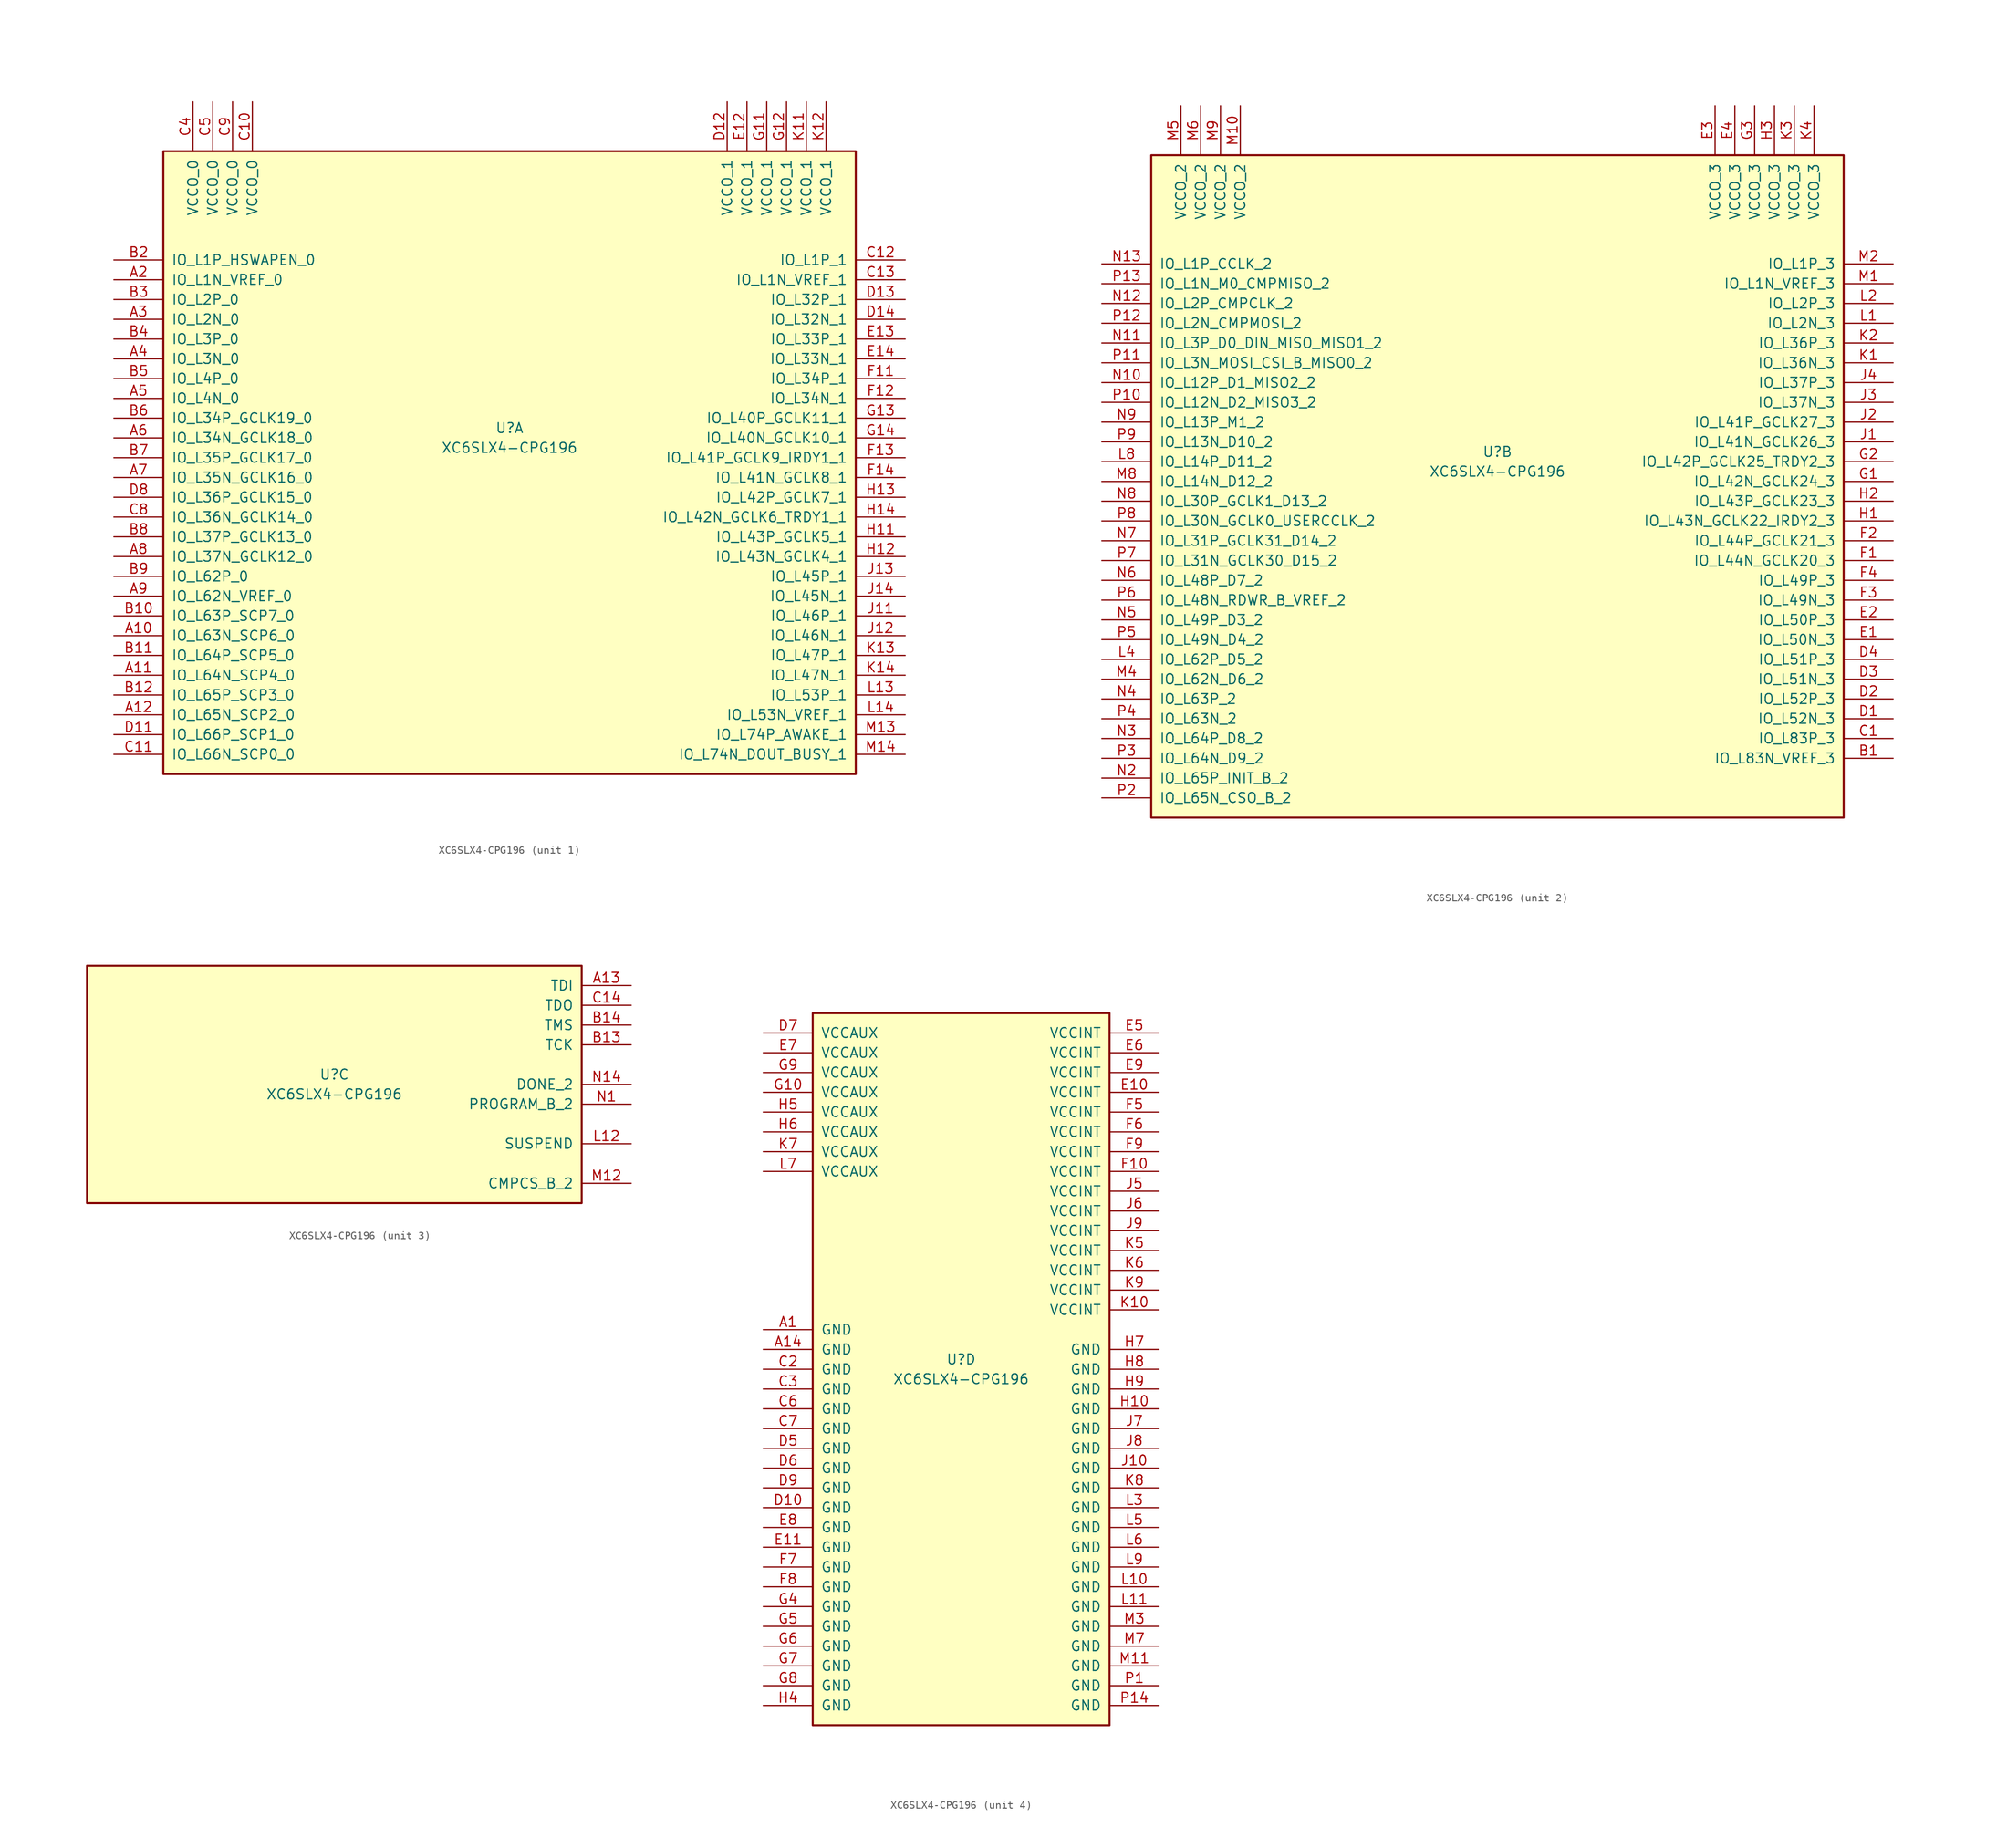
<source format=kicad_sym>
(kicad_symbol_lib
  (version 20201005)
  (generator kicad_symbol_editor)
  (symbol "XC6SLX4-CPG196"
    (pin_names
      (offset 1.016))
    (property "Reference" "U"
      (at 0 1.27 0)
      (effects (font (size 1.27 1.27))))
    (property "Value" "XC6SLX4-CPG196"
      (at 0 -1.27 0)
      (effects (font (size 1.27 1.27))))
    (property "Datasheet" ""
      (at 0 0 0)
      (effects (font (size 1.27 1.27))))
    (property "ki_locked" ""
      (at 0 0 0)
      (effects (font (size 1.27 1.27))))
    (symbol "XC6SLX4-CPG196_1_1"
      (rectangle (start -44.45 36.83) (end 44.45 -43.18) (stroke (width 0.254)) (fill (type background)))
      (pin bidirectional line (at -50.8 -25.4 0) (length 6.35) (name "IO_L63N_SCP6_0" (effects (font (size 1.27 1.27)))) (number "A10" (effects (font (size 1.27 1.27)))))
      (pin bidirectional line (at -50.8 -30.48 0) (length 6.35) (name "IO_L64N_SCP4_0" (effects (font (size 1.27 1.27)))) (number "A11" (effects (font (size 1.27 1.27)))))
      (pin bidirectional line (at -50.8 -35.56 0) (length 6.35) (name "IO_L65N_SCP2_0" (effects (font (size 1.27 1.27)))) (number "A12" (effects (font (size 1.27 1.27)))))
      (pin bidirectional line (at -50.8 20.32 0) (length 6.35) (name "IO_L1N_VREF_0" (effects (font (size 1.27 1.27)))) (number "A2" (effects (font (size 1.27 1.27)))))
      (pin bidirectional line (at -50.8 15.24 0) (length 6.35) (name "IO_L2N_0" (effects (font (size 1.27 1.27)))) (number "A3" (effects (font (size 1.27 1.27)))))
      (pin bidirectional line (at -50.8 10.16 0) (length 6.35) (name "IO_L3N_0" (effects (font (size 1.27 1.27)))) (number "A4" (effects (font (size 1.27 1.27)))))
      (pin bidirectional line (at -50.8 5.08 0) (length 6.35) (name "IO_L4N_0" (effects (font (size 1.27 1.27)))) (number "A5" (effects (font (size 1.27 1.27)))))
      (pin bidirectional line (at -50.8 0 0) (length 6.35) (name "IO_L34N_GCLK18_0" (effects (font (size 1.27 1.27)))) (number "A6" (effects (font (size 1.27 1.27)))))
      (pin bidirectional line (at -50.8 -5.08 0) (length 6.35) (name "IO_L35N_GCLK16_0" (effects (font (size 1.27 1.27)))) (number "A7" (effects (font (size 1.27 1.27)))))
      (pin bidirectional line (at -50.8 -15.24 0) (length 6.35) (name "IO_L37N_GCLK12_0" (effects (font (size 1.27 1.27)))) (number "A8" (effects (font (size 1.27 1.27)))))
      (pin bidirectional line (at -50.8 -20.32 0) (length 6.35) (name "IO_L62N_VREF_0" (effects (font (size 1.27 1.27)))) (number "A9" (effects (font (size 1.27 1.27)))))
      (pin bidirectional line (at -50.8 -22.86 0) (length 6.35) (name "IO_L63P_SCP7_0" (effects (font (size 1.27 1.27)))) (number "B10" (effects (font (size 1.27 1.27)))))
      (pin bidirectional line (at -50.8 -27.94 0) (length 6.35) (name "IO_L64P_SCP5_0" (effects (font (size 1.27 1.27)))) (number "B11" (effects (font (size 1.27 1.27)))))
      (pin bidirectional line (at -50.8 -33.02 0) (length 6.35) (name "IO_L65P_SCP3_0" (effects (font (size 1.27 1.27)))) (number "B12" (effects (font (size 1.27 1.27)))))
      (pin bidirectional line (at -50.8 22.86 0) (length 6.35) (name "IO_L1P_HSWAPEN_0" (effects (font (size 1.27 1.27)))) (number "B2" (effects (font (size 1.27 1.27)))))
      (pin bidirectional line (at -50.8 17.78 0) (length 6.35) (name "IO_L2P_0" (effects (font (size 1.27 1.27)))) (number "B3" (effects (font (size 1.27 1.27)))))
      (pin bidirectional line (at -50.8 12.7 0) (length 6.35) (name "IO_L3P_0" (effects (font (size 1.27 1.27)))) (number "B4" (effects (font (size 1.27 1.27)))))
      (pin bidirectional line (at -50.8 7.62 0) (length 6.35) (name "IO_L4P_0" (effects (font (size 1.27 1.27)))) (number "B5" (effects (font (size 1.27 1.27)))))
      (pin bidirectional line (at -50.8 2.54 0) (length 6.35) (name "IO_L34P_GCLK19_0" (effects (font (size 1.27 1.27)))) (number "B6" (effects (font (size 1.27 1.27)))))
      (pin bidirectional line (at -50.8 -2.54 0) (length 6.35) (name "IO_L35P_GCLK17_0" (effects (font (size 1.27 1.27)))) (number "B7" (effects (font (size 1.27 1.27)))))
      (pin bidirectional line (at -50.8 -12.7 0) (length 6.35) (name "IO_L37P_GCLK13_0" (effects (font (size 1.27 1.27)))) (number "B8" (effects (font (size 1.27 1.27)))))
      (pin bidirectional line (at -50.8 -17.78 0) (length 6.35) (name "IO_L62P_0" (effects (font (size 1.27 1.27)))) (number "B9" (effects (font (size 1.27 1.27)))))
      (pin power_in line (at -33.02 43.18 270) (length 6.35) (name "VCCO_0" (effects (font (size 1.27 1.27)))) (number "C10" (effects (font (size 1.27 1.27)))))
      (pin bidirectional line (at -50.8 -40.64 0) (length 6.35) (name "IO_L66N_SCP0_0" (effects (font (size 1.27 1.27)))) (number "C11" (effects (font (size 1.27 1.27)))))
      (pin bidirectional line (at 50.8 22.86 180) (length 6.35) (name "IO_L1P_1" (effects (font (size 1.27 1.27)))) (number "C12" (effects (font (size 1.27 1.27)))))
      (pin bidirectional line (at 50.8 20.32 180) (length 6.35) (name "IO_L1N_VREF_1" (effects (font (size 1.27 1.27)))) (number "C13" (effects (font (size 1.27 1.27)))))
      (pin power_in line (at -40.64 43.18 270) (length 6.35) (name "VCCO_0" (effects (font (size 1.27 1.27)))) (number "C4" (effects (font (size 1.27 1.27)))))
      (pin power_in line (at -38.1 43.18 270) (length 6.35) (name "VCCO_0" (effects (font (size 1.27 1.27)))) (number "C5" (effects (font (size 1.27 1.27)))))
      (pin bidirectional line (at -50.8 -10.16 0) (length 6.35) (name "IO_L36N_GCLK14_0" (effects (font (size 1.27 1.27)))) (number "C8" (effects (font (size 1.27 1.27)))))
      (pin power_in line (at -35.56 43.18 270) (length 6.35) (name "VCCO_0" (effects (font (size 1.27 1.27)))) (number "C9" (effects (font (size 1.27 1.27)))))
      (pin bidirectional line (at -50.8 -38.1 0) (length 6.35) (name "IO_L66P_SCP1_0" (effects (font (size 1.27 1.27)))) (number "D11" (effects (font (size 1.27 1.27)))))
      (pin power_in line (at 27.94 43.18 270) (length 6.35) (name "VCCO_1" (effects (font (size 1.27 1.27)))) (number "D12" (effects (font (size 1.27 1.27)))))
      (pin bidirectional line (at 50.8 17.78 180) (length 6.35) (name "IO_L32P_1" (effects (font (size 1.27 1.27)))) (number "D13" (effects (font (size 1.27 1.27)))))
      (pin bidirectional line (at 50.8 15.24 180) (length 6.35) (name "IO_L32N_1" (effects (font (size 1.27 1.27)))) (number "D14" (effects (font (size 1.27 1.27)))))
      (pin bidirectional line (at -50.8 -7.62 0) (length 6.35) (name "IO_L36P_GCLK15_0" (effects (font (size 1.27 1.27)))) (number "D8" (effects (font (size 1.27 1.27)))))
      (pin power_in line (at 30.48 43.18 270) (length 6.35) (name "VCCO_1" (effects (font (size 1.27 1.27)))) (number "E12" (effects (font (size 1.27 1.27)))))
      (pin bidirectional line (at 50.8 12.7 180) (length 6.35) (name "IO_L33P_1" (effects (font (size 1.27 1.27)))) (number "E13" (effects (font (size 1.27 1.27)))))
      (pin bidirectional line (at 50.8 10.16 180) (length 6.35) (name "IO_L33N_1" (effects (font (size 1.27 1.27)))) (number "E14" (effects (font (size 1.27 1.27)))))
      (pin bidirectional line (at 50.8 7.62 180) (length 6.35) (name "IO_L34P_1" (effects (font (size 1.27 1.27)))) (number "F11" (effects (font (size 1.27 1.27)))))
      (pin bidirectional line (at 50.8 5.08 180) (length 6.35) (name "IO_L34N_1" (effects (font (size 1.27 1.27)))) (number "F12" (effects (font (size 1.27 1.27)))))
      (pin bidirectional line (at 50.8 -2.54 180) (length 6.35) (name "IO_L41P_GCLK9_IRDY1_1" (effects (font (size 1.27 1.27)))) (number "F13" (effects (font (size 1.27 1.27)))))
      (pin bidirectional line (at 50.8 -5.08 180) (length 6.35) (name "IO_L41N_GCLK8_1" (effects (font (size 1.27 1.27)))) (number "F14" (effects (font (size 1.27 1.27)))))
      (pin power_in line (at 33.02 43.18 270) (length 6.35) (name "VCCO_1" (effects (font (size 1.27 1.27)))) (number "G11" (effects (font (size 1.27 1.27)))))
      (pin power_in line (at 35.56 43.18 270) (length 6.35) (name "VCCO_1" (effects (font (size 1.27 1.27)))) (number "G12" (effects (font (size 1.27 1.27)))))
      (pin bidirectional line (at 50.8 2.54 180) (length 6.35) (name "IO_L40P_GCLK11_1" (effects (font (size 1.27 1.27)))) (number "G13" (effects (font (size 1.27 1.27)))))
      (pin bidirectional line (at 50.8 0 180) (length 6.35) (name "IO_L40N_GCLK10_1" (effects (font (size 1.27 1.27)))) (number "G14" (effects (font (size 1.27 1.27)))))
      (pin bidirectional line (at 50.8 -12.7 180) (length 6.35) (name "IO_L43P_GCLK5_1" (effects (font (size 1.27 1.27)))) (number "H11" (effects (font (size 1.27 1.27)))))
      (pin bidirectional line (at 50.8 -15.24 180) (length 6.35) (name "IO_L43N_GCLK4_1" (effects (font (size 1.27 1.27)))) (number "H12" (effects (font (size 1.27 1.27)))))
      (pin bidirectional line (at 50.8 -7.62 180) (length 6.35) (name "IO_L42P_GCLK7_1" (effects (font (size 1.27 1.27)))) (number "H13" (effects (font (size 1.27 1.27)))))
      (pin bidirectional line (at 50.8 -10.16 180) (length 6.35) (name "IO_L42N_GCLK6_TRDY1_1" (effects (font (size 1.27 1.27)))) (number "H14" (effects (font (size 1.27 1.27)))))
      (pin bidirectional line (at 50.8 -22.86 180) (length 6.35) (name "IO_L46P_1" (effects (font (size 1.27 1.27)))) (number "J11" (effects (font (size 1.27 1.27)))))
      (pin bidirectional line (at 50.8 -25.4 180) (length 6.35) (name "IO_L46N_1" (effects (font (size 1.27 1.27)))) (number "J12" (effects (font (size 1.27 1.27)))))
      (pin bidirectional line (at 50.8 -17.78 180) (length 6.35) (name "IO_L45P_1" (effects (font (size 1.27 1.27)))) (number "J13" (effects (font (size 1.27 1.27)))))
      (pin bidirectional line (at 50.8 -20.32 180) (length 6.35) (name "IO_L45N_1" (effects (font (size 1.27 1.27)))) (number "J14" (effects (font (size 1.27 1.27)))))
      (pin power_in line (at 38.1 43.18 270) (length 6.35) (name "VCCO_1" (effects (font (size 1.27 1.27)))) (number "K11" (effects (font (size 1.27 1.27)))))
      (pin power_in line (at 40.64 43.18 270) (length 6.35) (name "VCCO_1" (effects (font (size 1.27 1.27)))) (number "K12" (effects (font (size 1.27 1.27)))))
      (pin bidirectional line (at 50.8 -27.94 180) (length 6.35) (name "IO_L47P_1" (effects (font (size 1.27 1.27)))) (number "K13" (effects (font (size 1.27 1.27)))))
      (pin bidirectional line (at 50.8 -30.48 180) (length 6.35) (name "IO_L47N_1" (effects (font (size 1.27 1.27)))) (number "K14" (effects (font (size 1.27 1.27)))))
      (pin bidirectional line (at 50.8 -33.02 180) (length 6.35) (name "IO_L53P_1" (effects (font (size 1.27 1.27)))) (number "L13" (effects (font (size 1.27 1.27)))))
      (pin bidirectional line (at 50.8 -35.56 180) (length 6.35) (name "IO_L53N_VREF_1" (effects (font (size 1.27 1.27)))) (number "L14" (effects (font (size 1.27 1.27)))))
      (pin bidirectional line (at 50.8 -38.1 180) (length 6.35) (name "IO_L74P_AWAKE_1" (effects (font (size 1.27 1.27)))) (number "M13" (effects (font (size 1.27 1.27)))))
      (pin bidirectional line (at 50.8 -40.64 180) (length 6.35) (name "IO_L74N_DOUT_BUSY_1" (effects (font (size 1.27 1.27)))) (number "M14" (effects (font (size 1.27 1.27))))))
    (symbol "XC6SLX4-CPG196_2_1"
      (rectangle (start -44.45 39.37) (end 44.45 -45.72) (stroke (width 0.254)) (fill (type background)))
      (pin bidirectional line (at 50.8 -38.1 180) (length 6.35) (name "IO_L83N_VREF_3" (effects (font (size 1.27 1.27)))) (number "B1" (effects (font (size 1.27 1.27)))))
      (pin bidirectional line (at 50.8 -35.56 180) (length 6.35) (name "IO_L83P_3" (effects (font (size 1.27 1.27)))) (number "C1" (effects (font (size 1.27 1.27)))))
      (pin bidirectional line (at 50.8 -33.02 180) (length 6.35) (name "IO_L52N_3" (effects (font (size 1.27 1.27)))) (number "D1" (effects (font (size 1.27 1.27)))))
      (pin bidirectional line (at 50.8 -30.48 180) (length 6.35) (name "IO_L52P_3" (effects (font (size 1.27 1.27)))) (number "D2" (effects (font (size 1.27 1.27)))))
      (pin bidirectional line (at 50.8 -27.94 180) (length 6.35) (name "IO_L51N_3" (effects (font (size 1.27 1.27)))) (number "D3" (effects (font (size 1.27 1.27)))))
      (pin bidirectional line (at 50.8 -25.4 180) (length 6.35) (name "IO_L51P_3" (effects (font (size 1.27 1.27)))) (number "D4" (effects (font (size 1.27 1.27)))))
      (pin bidirectional line (at 50.8 -22.86 180) (length 6.35) (name "IO_L50N_3" (effects (font (size 1.27 1.27)))) (number "E1" (effects (font (size 1.27 1.27)))))
      (pin bidirectional line (at 50.8 -20.32 180) (length 6.35) (name "IO_L50P_3" (effects (font (size 1.27 1.27)))) (number "E2" (effects (font (size 1.27 1.27)))))
      (pin power_in line (at 27.94 45.72 270) (length 6.35) (name "VCCO_3" (effects (font (size 1.27 1.27)))) (number "E3" (effects (font (size 1.27 1.27)))))
      (pin power_in line (at 30.48 45.72 270) (length 6.35) (name "VCCO_3" (effects (font (size 1.27 1.27)))) (number "E4" (effects (font (size 1.27 1.27)))))
      (pin bidirectional line (at 50.8 -12.7 180) (length 6.35) (name "IO_L44N_GCLK20_3" (effects (font (size 1.27 1.27)))) (number "F1" (effects (font (size 1.27 1.27)))))
      (pin bidirectional line (at 50.8 -10.16 180) (length 6.35) (name "IO_L44P_GCLK21_3" (effects (font (size 1.27 1.27)))) (number "F2" (effects (font (size 1.27 1.27)))))
      (pin bidirectional line (at 50.8 -17.78 180) (length 6.35) (name "IO_L49N_3" (effects (font (size 1.27 1.27)))) (number "F3" (effects (font (size 1.27 1.27)))))
      (pin bidirectional line (at 50.8 -15.24 180) (length 6.35) (name "IO_L49P_3" (effects (font (size 1.27 1.27)))) (number "F4" (effects (font (size 1.27 1.27)))))
      (pin bidirectional line (at 50.8 -2.54 180) (length 6.35) (name "IO_L42N_GCLK24_3" (effects (font (size 1.27 1.27)))) (number "G1" (effects (font (size 1.27 1.27)))))
      (pin bidirectional line (at 50.8 0 180) (length 6.35) (name "IO_L42P_GCLK25_TRDY2_3" (effects (font (size 1.27 1.27)))) (number "G2" (effects (font (size 1.27 1.27)))))
      (pin power_in line (at 33.02 45.72 270) (length 6.35) (name "VCCO_3" (effects (font (size 1.27 1.27)))) (number "G3" (effects (font (size 1.27 1.27)))))
      (pin bidirectional line (at 50.8 -7.62 180) (length 6.35) (name "IO_L43N_GCLK22_IRDY2_3" (effects (font (size 1.27 1.27)))) (number "H1" (effects (font (size 1.27 1.27)))))
      (pin bidirectional line (at 50.8 -5.08 180) (length 6.35) (name "IO_L43P_GCLK23_3" (effects (font (size 1.27 1.27)))) (number "H2" (effects (font (size 1.27 1.27)))))
      (pin power_in line (at 35.56 45.72 270) (length 6.35) (name "VCCO_3" (effects (font (size 1.27 1.27)))) (number "H3" (effects (font (size 1.27 1.27)))))
      (pin bidirectional line (at 50.8 2.54 180) (length 6.35) (name "IO_L41N_GCLK26_3" (effects (font (size 1.27 1.27)))) (number "J1" (effects (font (size 1.27 1.27)))))
      (pin bidirectional line (at 50.8 5.08 180) (length 6.35) (name "IO_L41P_GCLK27_3" (effects (font (size 1.27 1.27)))) (number "J2" (effects (font (size 1.27 1.27)))))
      (pin bidirectional line (at 50.8 7.62 180) (length 6.35) (name "IO_L37N_3" (effects (font (size 1.27 1.27)))) (number "J3" (effects (font (size 1.27 1.27)))))
      (pin bidirectional line (at 50.8 10.16 180) (length 6.35) (name "IO_L37P_3" (effects (font (size 1.27 1.27)))) (number "J4" (effects (font (size 1.27 1.27)))))
      (pin bidirectional line (at 50.8 12.7 180) (length 6.35) (name "IO_L36N_3" (effects (font (size 1.27 1.27)))) (number "K1" (effects (font (size 1.27 1.27)))))
      (pin bidirectional line (at 50.8 15.24 180) (length 6.35) (name "IO_L36P_3" (effects (font (size 1.27 1.27)))) (number "K2" (effects (font (size 1.27 1.27)))))
      (pin power_in line (at 38.1 45.72 270) (length 6.35) (name "VCCO_3" (effects (font (size 1.27 1.27)))) (number "K3" (effects (font (size 1.27 1.27)))))
      (pin power_in line (at 40.64 45.72 270) (length 6.35) (name "VCCO_3" (effects (font (size 1.27 1.27)))) (number "K4" (effects (font (size 1.27 1.27)))))
      (pin bidirectional line (at 50.8 17.78 180) (length 6.35) (name "IO_L2N_3" (effects (font (size 1.27 1.27)))) (number "L1" (effects (font (size 1.27 1.27)))))
      (pin bidirectional line (at 50.8 20.32 180) (length 6.35) (name "IO_L2P_3" (effects (font (size 1.27 1.27)))) (number "L2" (effects (font (size 1.27 1.27)))))
      (pin bidirectional line (at -50.8 -25.4 0) (length 6.35) (name "IO_L62P_D5_2" (effects (font (size 1.27 1.27)))) (number "L4" (effects (font (size 1.27 1.27)))))
      (pin bidirectional line (at -50.8 0 0) (length 6.35) (name "IO_L14P_D11_2" (effects (font (size 1.27 1.27)))) (number "L8" (effects (font (size 1.27 1.27)))))
      (pin bidirectional line (at 50.8 22.86 180) (length 6.35) (name "IO_L1N_VREF_3" (effects (font (size 1.27 1.27)))) (number "M1" (effects (font (size 1.27 1.27)))))
      (pin power_in line (at -33.02 45.72 270) (length 6.35) (name "VCCO_2" (effects (font (size 1.27 1.27)))) (number "M10" (effects (font (size 1.27 1.27)))))
      (pin bidirectional line (at 50.8 25.4 180) (length 6.35) (name "IO_L1P_3" (effects (font (size 1.27 1.27)))) (number "M2" (effects (font (size 1.27 1.27)))))
      (pin bidirectional line (at -50.8 -27.94 0) (length 6.35) (name "IO_L62N_D6_2" (effects (font (size 1.27 1.27)))) (number "M4" (effects (font (size 1.27 1.27)))))
      (pin power_in line (at -40.64 45.72 270) (length 6.35) (name "VCCO_2" (effects (font (size 1.27 1.27)))) (number "M5" (effects (font (size 1.27 1.27)))))
      (pin power_in line (at -38.1 45.72 270) (length 6.35) (name "VCCO_2" (effects (font (size 1.27 1.27)))) (number "M6" (effects (font (size 1.27 1.27)))))
      (pin bidirectional line (at -50.8 -2.54 0) (length 6.35) (name "IO_L14N_D12_2" (effects (font (size 1.27 1.27)))) (number "M8" (effects (font (size 1.27 1.27)))))
      (pin power_in line (at -35.56 45.72 270) (length 6.35) (name "VCCO_2" (effects (font (size 1.27 1.27)))) (number "M9" (effects (font (size 1.27 1.27)))))
      (pin bidirectional line (at -50.8 10.16 0) (length 6.35) (name "IO_L12P_D1_MISO2_2" (effects (font (size 1.27 1.27)))) (number "N10" (effects (font (size 1.27 1.27)))))
      (pin bidirectional line (at -50.8 15.24 0) (length 6.35) (name "IO_L3P_D0_DIN_MISO_MISO1_2" (effects (font (size 1.27 1.27)))) (number "N11" (effects (font (size 1.27 1.27)))))
      (pin bidirectional line (at -50.8 20.32 0) (length 6.35) (name "IO_L2P_CMPCLK_2" (effects (font (size 1.27 1.27)))) (number "N12" (effects (font (size 1.27 1.27)))))
      (pin bidirectional line (at -50.8 25.4 0) (length 6.35) (name "IO_L1P_CCLK_2" (effects (font (size 1.27 1.27)))) (number "N13" (effects (font (size 1.27 1.27)))))
      (pin bidirectional line (at -50.8 -40.64 0) (length 6.35) (name "IO_L65P_INIT_B_2" (effects (font (size 1.27 1.27)))) (number "N2" (effects (font (size 1.27 1.27)))))
      (pin bidirectional line (at -50.8 -35.56 0) (length 6.35) (name "IO_L64P_D8_2" (effects (font (size 1.27 1.27)))) (number "N3" (effects (font (size 1.27 1.27)))))
      (pin bidirectional line (at -50.8 -30.48 0) (length 6.35) (name "IO_L63P_2" (effects (font (size 1.27 1.27)))) (number "N4" (effects (font (size 1.27 1.27)))))
      (pin bidirectional line (at -50.8 -20.32 0) (length 6.35) (name "IO_L49P_D3_2" (effects (font (size 1.27 1.27)))) (number "N5" (effects (font (size 1.27 1.27)))))
      (pin bidirectional line (at -50.8 -15.24 0) (length 6.35) (name "IO_L48P_D7_2" (effects (font (size 1.27 1.27)))) (number "N6" (effects (font (size 1.27 1.27)))))
      (pin bidirectional line (at -50.8 -10.16 0) (length 6.35) (name "IO_L31P_GCLK31_D14_2" (effects (font (size 1.27 1.27)))) (number "N7" (effects (font (size 1.27 1.27)))))
      (pin bidirectional line (at -50.8 -5.08 0) (length 6.35) (name "IO_L30P_GCLK1_D13_2" (effects (font (size 1.27 1.27)))) (number "N8" (effects (font (size 1.27 1.27)))))
      (pin bidirectional line (at -50.8 5.08 0) (length 6.35) (name "IO_L13P_M1_2" (effects (font (size 1.27 1.27)))) (number "N9" (effects (font (size 1.27 1.27)))))
      (pin bidirectional line (at -50.8 7.62 0) (length 6.35) (name "IO_L12N_D2_MISO3_2" (effects (font (size 1.27 1.27)))) (number "P10" (effects (font (size 1.27 1.27)))))
      (pin bidirectional line (at -50.8 12.7 0) (length 6.35) (name "IO_L3N_MOSI_CSI_B_MISO0_2" (effects (font (size 1.27 1.27)))) (number "P11" (effects (font (size 1.27 1.27)))))
      (pin bidirectional line (at -50.8 17.78 0) (length 6.35) (name "IO_L2N_CMPMOSI_2" (effects (font (size 1.27 1.27)))) (number "P12" (effects (font (size 1.27 1.27)))))
      (pin bidirectional line (at -50.8 22.86 0) (length 6.35) (name "IO_L1N_M0_CMPMISO_2" (effects (font (size 1.27 1.27)))) (number "P13" (effects (font (size 1.27 1.27)))))
      (pin bidirectional line (at -50.8 -43.18 0) (length 6.35) (name "IO_L65N_CSO_B_2" (effects (font (size 1.27 1.27)))) (number "P2" (effects (font (size 1.27 1.27)))))
      (pin bidirectional line (at -50.8 -38.1 0) (length 6.35) (name "IO_L64N_D9_2" (effects (font (size 1.27 1.27)))) (number "P3" (effects (font (size 1.27 1.27)))))
      (pin bidirectional line (at -50.8 -33.02 0) (length 6.35) (name "IO_L63N_2" (effects (font (size 1.27 1.27)))) (number "P4" (effects (font (size 1.27 1.27)))))
      (pin bidirectional line (at -50.8 -22.86 0) (length 6.35) (name "IO_L49N_D4_2" (effects (font (size 1.27 1.27)))) (number "P5" (effects (font (size 1.27 1.27)))))
      (pin bidirectional line (at -50.8 -17.78 0) (length 6.35) (name "IO_L48N_RDWR_B_VREF_2" (effects (font (size 1.27 1.27)))) (number "P6" (effects (font (size 1.27 1.27)))))
      (pin bidirectional line (at -50.8 -12.7 0) (length 6.35) (name "IO_L31N_GCLK30_D15_2" (effects (font (size 1.27 1.27)))) (number "P7" (effects (font (size 1.27 1.27)))))
      (pin bidirectional line (at -50.8 -7.62 0) (length 6.35) (name "IO_L30N_GCLK0_USERCCLK_2" (effects (font (size 1.27 1.27)))) (number "P8" (effects (font (size 1.27 1.27)))))
      (pin bidirectional line (at -50.8 2.54 0) (length 6.35) (name "IO_L13N_D10_2" (effects (font (size 1.27 1.27)))) (number "P9" (effects (font (size 1.27 1.27))))))
    (symbol "XC6SLX4-CPG196_3_1"
      (rectangle (start -31.75 15.24) (end 31.75 -15.24) (stroke (width 0.254)) (fill (type background)))
      (pin bidirectional line (at 38.1 12.7 180) (length 6.35) (name "TDI" (effects (font (size 1.27 1.27)))) (number "A13" (effects (font (size 1.27 1.27)))))
      (pin bidirectional line (at 38.1 5.08 180) (length 6.35) (name "TCK" (effects (font (size 1.27 1.27)))) (number "B13" (effects (font (size 1.27 1.27)))))
      (pin bidirectional line (at 38.1 7.62 180) (length 6.35) (name "TMS" (effects (font (size 1.27 1.27)))) (number "B14" (effects (font (size 1.27 1.27)))))
      (pin bidirectional line (at 38.1 10.16 180) (length 6.35) (name "TDO" (effects (font (size 1.27 1.27)))) (number "C14" (effects (font (size 1.27 1.27)))))
      (pin bidirectional line (at 38.1 -7.62 180) (length 6.35) (name "SUSPEND" (effects (font (size 1.27 1.27)))) (number "L12" (effects (font (size 1.27 1.27)))))
      (pin bidirectional line (at 38.1 -12.7 180) (length 6.35) (name "CMPCS_B_2" (effects (font (size 1.27 1.27)))) (number "M12" (effects (font (size 1.27 1.27)))))
      (pin bidirectional line (at 38.1 -2.54 180) (length 6.35) (name "PROGRAM_B_2" (effects (font (size 1.27 1.27)))) (number "N1" (effects (font (size 1.27 1.27)))))
      (pin bidirectional line (at 38.1 0 180) (length 6.35) (name "DONE_2" (effects (font (size 1.27 1.27)))) (number "N14" (effects (font (size 1.27 1.27))))))
    (symbol "XC6SLX4-CPG196_4_1"
      (rectangle (start -19.05 45.72) (end 19.05 -45.72) (stroke (width 0.254)) (fill (type background)))
      (pin power_in line (at -25.4 5.08 0) (length 6.35) (name "GND" (effects (font (size 1.27 1.27)))) (number "A1" (effects (font (size 1.27 1.27)))))
      (pin power_in line (at -25.4 2.54 0) (length 6.35) (name "GND" (effects (font (size 1.27 1.27)))) (number "A14" (effects (font (size 1.27 1.27)))))
      (pin power_in line (at -25.4 0 0) (length 6.35) (name "GND" (effects (font (size 1.27 1.27)))) (number "C2" (effects (font (size 1.27 1.27)))))
      (pin power_in line (at -25.4 -2.54 0) (length 6.35) (name "GND" (effects (font (size 1.27 1.27)))) (number "C3" (effects (font (size 1.27 1.27)))))
      (pin power_in line (at -25.4 -5.08 0) (length 6.35) (name "GND" (effects (font (size 1.27 1.27)))) (number "C6" (effects (font (size 1.27 1.27)))))
      (pin power_in line (at -25.4 -7.62 0) (length 6.35) (name "GND" (effects (font (size 1.27 1.27)))) (number "C7" (effects (font (size 1.27 1.27)))))
      (pin power_in line (at -25.4 -17.78 0) (length 6.35) (name "GND" (effects (font (size 1.27 1.27)))) (number "D10" (effects (font (size 1.27 1.27)))))
      (pin power_in line (at -25.4 -10.16 0) (length 6.35) (name "GND" (effects (font (size 1.27 1.27)))) (number "D5" (effects (font (size 1.27 1.27)))))
      (pin power_in line (at -25.4 -12.7 0) (length 6.35) (name "GND" (effects (font (size 1.27 1.27)))) (number "D6" (effects (font (size 1.27 1.27)))))
      (pin power_in line (at -25.4 43.18 0) (length 6.35) (name "VCCAUX" (effects (font (size 1.27 1.27)))) (number "D7" (effects (font (size 1.27 1.27)))))
      (pin power_in line (at -25.4 -15.24 0) (length 6.35) (name "GND" (effects (font (size 1.27 1.27)))) (number "D9" (effects (font (size 1.27 1.27)))))
      (pin power_in line (at 25.4 35.56 180) (length 6.35) (name "VCCINT" (effects (font (size 1.27 1.27)))) (number "E10" (effects (font (size 1.27 1.27)))))
      (pin power_in line (at -25.4 -22.86 0) (length 6.35) (name "GND" (effects (font (size 1.27 1.27)))) (number "E11" (effects (font (size 1.27 1.27)))))
      (pin power_in line (at 25.4 43.18 180) (length 6.35) (name "VCCINT" (effects (font (size 1.27 1.27)))) (number "E5" (effects (font (size 1.27 1.27)))))
      (pin power_in line (at 25.4 40.64 180) (length 6.35) (name "VCCINT" (effects (font (size 1.27 1.27)))) (number "E6" (effects (font (size 1.27 1.27)))))
      (pin power_in line (at -25.4 40.64 0) (length 6.35) (name "VCCAUX" (effects (font (size 1.27 1.27)))) (number "E7" (effects (font (size 1.27 1.27)))))
      (pin power_in line (at -25.4 -20.32 0) (length 6.35) (name "GND" (effects (font (size 1.27 1.27)))) (number "E8" (effects (font (size 1.27 1.27)))))
      (pin power_in line (at 25.4 38.1 180) (length 6.35) (name "VCCINT" (effects (font (size 1.27 1.27)))) (number "E9" (effects (font (size 1.27 1.27)))))
      (pin power_in line (at 25.4 25.4 180) (length 6.35) (name "VCCINT" (effects (font (size 1.27 1.27)))) (number "F10" (effects (font (size 1.27 1.27)))))
      (pin power_in line (at 25.4 33.02 180) (length 6.35) (name "VCCINT" (effects (font (size 1.27 1.27)))) (number "F5" (effects (font (size 1.27 1.27)))))
      (pin power_in line (at 25.4 30.48 180) (length 6.35) (name "VCCINT" (effects (font (size 1.27 1.27)))) (number "F6" (effects (font (size 1.27 1.27)))))
      (pin power_in line (at -25.4 -25.4 0) (length 6.35) (name "GND" (effects (font (size 1.27 1.27)))) (number "F7" (effects (font (size 1.27 1.27)))))
      (pin power_in line (at -25.4 -27.94 0) (length 6.35) (name "GND" (effects (font (size 1.27 1.27)))) (number "F8" (effects (font (size 1.27 1.27)))))
      (pin power_in line (at 25.4 27.94 180) (length 6.35) (name "VCCINT" (effects (font (size 1.27 1.27)))) (number "F9" (effects (font (size 1.27 1.27)))))
      (pin power_in line (at -25.4 35.56 0) (length 6.35) (name "VCCAUX" (effects (font (size 1.27 1.27)))) (number "G10" (effects (font (size 1.27 1.27)))))
      (pin power_in line (at -25.4 -30.48 0) (length 6.35) (name "GND" (effects (font (size 1.27 1.27)))) (number "G4" (effects (font (size 1.27 1.27)))))
      (pin power_in line (at -25.4 -33.02 0) (length 6.35) (name "GND" (effects (font (size 1.27 1.27)))) (number "G5" (effects (font (size 1.27 1.27)))))
      (pin power_in line (at -25.4 -35.56 0) (length 6.35) (name "GND" (effects (font (size 1.27 1.27)))) (number "G6" (effects (font (size 1.27 1.27)))))
      (pin power_in line (at -25.4 -38.1 0) (length 6.35) (name "GND" (effects (font (size 1.27 1.27)))) (number "G7" (effects (font (size 1.27 1.27)))))
      (pin power_in line (at -25.4 -40.64 0) (length 6.35) (name "GND" (effects (font (size 1.27 1.27)))) (number "G8" (effects (font (size 1.27 1.27)))))
      (pin power_in line (at -25.4 38.1 0) (length 6.35) (name "VCCAUX" (effects (font (size 1.27 1.27)))) (number "G9" (effects (font (size 1.27 1.27)))))
      (pin power_in line (at 25.4 -5.08 180) (length 6.35) (name "GND" (effects (font (size 1.27 1.27)))) (number "H10" (effects (font (size 1.27 1.27)))))
      (pin power_in line (at -25.4 -43.18 0) (length 6.35) (name "GND" (effects (font (size 1.27 1.27)))) (number "H4" (effects (font (size 1.27 1.27)))))
      (pin power_in line (at -25.4 33.02 0) (length 6.35) (name "VCCAUX" (effects (font (size 1.27 1.27)))) (number "H5" (effects (font (size 1.27 1.27)))))
      (pin power_in line (at -25.4 30.48 0) (length 6.35) (name "VCCAUX" (effects (font (size 1.27 1.27)))) (number "H6" (effects (font (size 1.27 1.27)))))
      (pin power_in line (at 25.4 2.54 180) (length 6.35) (name "GND" (effects (font (size 1.27 1.27)))) (number "H7" (effects (font (size 1.27 1.27)))))
      (pin power_in line (at 25.4 0 180) (length 6.35) (name "GND" (effects (font (size 1.27 1.27)))) (number "H8" (effects (font (size 1.27 1.27)))))
      (pin power_in line (at 25.4 -2.54 180) (length 6.35) (name "GND" (effects (font (size 1.27 1.27)))) (number "H9" (effects (font (size 1.27 1.27)))))
      (pin power_in line (at 25.4 -12.7 180) (length 6.35) (name "GND" (effects (font (size 1.27 1.27)))) (number "J10" (effects (font (size 1.27 1.27)))))
      (pin power_in line (at 25.4 22.86 180) (length 6.35) (name "VCCINT" (effects (font (size 1.27 1.27)))) (number "J5" (effects (font (size 1.27 1.27)))))
      (pin power_in line (at 25.4 20.32 180) (length 6.35) (name "VCCINT" (effects (font (size 1.27 1.27)))) (number "J6" (effects (font (size 1.27 1.27)))))
      (pin power_in line (at 25.4 -7.62 180) (length 6.35) (name "GND" (effects (font (size 1.27 1.27)))) (number "J7" (effects (font (size 1.27 1.27)))))
      (pin power_in line (at 25.4 -10.16 180) (length 6.35) (name "GND" (effects (font (size 1.27 1.27)))) (number "J8" (effects (font (size 1.27 1.27)))))
      (pin power_in line (at 25.4 17.78 180) (length 6.35) (name "VCCINT" (effects (font (size 1.27 1.27)))) (number "J9" (effects (font (size 1.27 1.27)))))
      (pin power_in line (at 25.4 7.62 180) (length 6.35) (name "VCCINT" (effects (font (size 1.27 1.27)))) (number "K10" (effects (font (size 1.27 1.27)))))
      (pin power_in line (at 25.4 15.24 180) (length 6.35) (name "VCCINT" (effects (font (size 1.27 1.27)))) (number "K5" (effects (font (size 1.27 1.27)))))
      (pin power_in line (at 25.4 12.7 180) (length 6.35) (name "VCCINT" (effects (font (size 1.27 1.27)))) (number "K6" (effects (font (size 1.27 1.27)))))
      (pin power_in line (at -25.4 27.94 0) (length 6.35) (name "VCCAUX" (effects (font (size 1.27 1.27)))) (number "K7" (effects (font (size 1.27 1.27)))))
      (pin power_in line (at 25.4 -15.24 180) (length 6.35) (name "GND" (effects (font (size 1.27 1.27)))) (number "K8" (effects (font (size 1.27 1.27)))))
      (pin power_in line (at 25.4 10.16 180) (length 6.35) (name "VCCINT" (effects (font (size 1.27 1.27)))) (number "K9" (effects (font (size 1.27 1.27)))))
      (pin power_in line (at 25.4 -27.94 180) (length 6.35) (name "GND" (effects (font (size 1.27 1.27)))) (number "L10" (effects (font (size 1.27 1.27)))))
      (pin power_in line (at 25.4 -30.48 180) (length 6.35) (name "GND" (effects (font (size 1.27 1.27)))) (number "L11" (effects (font (size 1.27 1.27)))))
      (pin power_in line (at 25.4 -17.78 180) (length 6.35) (name "GND" (effects (font (size 1.27 1.27)))) (number "L3" (effects (font (size 1.27 1.27)))))
      (pin power_in line (at 25.4 -20.32 180) (length 6.35) (name "GND" (effects (font (size 1.27 1.27)))) (number "L5" (effects (font (size 1.27 1.27)))))
      (pin power_in line (at 25.4 -22.86 180) (length 6.35) (name "GND" (effects (font (size 1.27 1.27)))) (number "L6" (effects (font (size 1.27 1.27)))))
      (pin power_in line (at -25.4 25.4 0) (length 6.35) (name "VCCAUX" (effects (font (size 1.27 1.27)))) (number "L7" (effects (font (size 1.27 1.27)))))
      (pin power_in line (at 25.4 -25.4 180) (length 6.35) (name "GND" (effects (font (size 1.27 1.27)))) (number "L9" (effects (font (size 1.27 1.27)))))
      (pin power_in line (at 25.4 -38.1 180) (length 6.35) (name "GND" (effects (font (size 1.27 1.27)))) (number "M11" (effects (font (size 1.27 1.27)))))
      (pin power_in line (at 25.4 -33.02 180) (length 6.35) (name "GND" (effects (font (size 1.27 1.27)))) (number "M3" (effects (font (size 1.27 1.27)))))
      (pin power_in line (at 25.4 -35.56 180) (length 6.35) (name "GND" (effects (font (size 1.27 1.27)))) (number "M7" (effects (font (size 1.27 1.27)))))
      (pin power_in line (at 25.4 -40.64 180) (length 6.35) (name "GND" (effects (font (size 1.27 1.27)))) (number "P1" (effects (font (size 1.27 1.27)))))
      (pin power_in line (at 25.4 -43.18 180) (length 6.35) (name "GND" (effects (font (size 1.27 1.27)))) (number "P14" (effects (font (size 1.27 1.27))))))))
</source>
